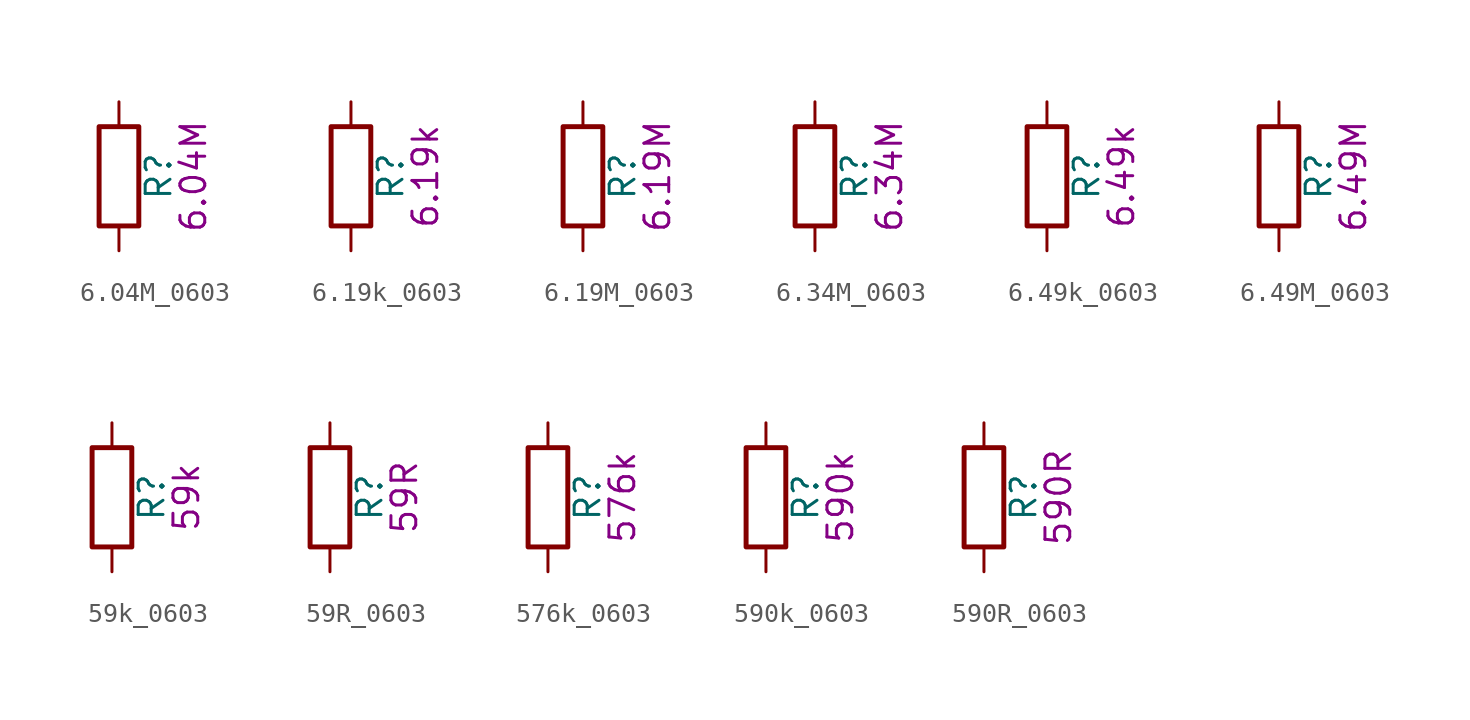
<source format=kicad_sym>
(kicad_symbol_lib
  (version 20211014)
  (generator kicad_symbol_editor)
  (symbol "6.04M_0603"
    (pin_numbers hide)
    (pin_names
      (offset 0))
    (property "Reference" "R"
      (at 2.032 0 90)
      (effects (font (size 1.27 1.27))))
    (property "Display" "6.04M"
      (at 3.81 0 90)
      (effects (font (size 1.27 1.27))))
    (symbol "6.04M_0603_0_1"
      (rectangle (start -1.016 -2.54) (end 1.016 2.54) (stroke (width 0.254) (type default) (color 0 0 0 0)) (fill (type none))))
    (symbol "6.04M_0603_1_1"
      (pin passive line (at 0 3.81 270) (length 1.27) (name "~" (effects (font (size 1.27 1.27)))) (number "1" (effects (font (size 1.27 1.27)))))
      (pin passive line (at 0 -3.81 90) (length 1.27) (name "~" (effects (font (size 1.27 1.27)))) (number "2" (effects (font (size 1.27 1.27)))))))
  (symbol "6.19k_0603"
    (pin_numbers hide)
    (pin_names
      (offset 0))
    (property "Reference" "R"
      (at 2.032 0 90)
      (effects (font (size 1.27 1.27))))
    (property "Display" "6.19k"
      (at 3.81 0 90)
      (effects (font (size 1.27 1.27))))
    (symbol "6.19k_0603_0_1"
      (rectangle (start -1.016 -2.54) (end 1.016 2.54) (stroke (width 0.254) (type default) (color 0 0 0 0)) (fill (type none))))
    (symbol "6.19k_0603_1_1"
      (pin passive line (at 0 3.81 270) (length 1.27) (name "~" (effects (font (size 1.27 1.27)))) (number "1" (effects (font (size 1.27 1.27)))))
      (pin passive line (at 0 -3.81 90) (length 1.27) (name "~" (effects (font (size 1.27 1.27)))) (number "2" (effects (font (size 1.27 1.27)))))))
  (symbol "6.19M_0603"
    (pin_numbers hide)
    (pin_names
      (offset 0))
    (property "Reference" "R"
      (at 2.032 0 90)
      (effects (font (size 1.27 1.27))))
    (property "Display" "6.19M"
      (at 3.81 0 90)
      (effects (font (size 1.27 1.27))))
    (symbol "6.19M_0603_0_1"
      (rectangle (start -1.016 -2.54) (end 1.016 2.54) (stroke (width 0.254) (type default) (color 0 0 0 0)) (fill (type none))))
    (symbol "6.19M_0603_1_1"
      (pin passive line (at 0 3.81 270) (length 1.27) (name "~" (effects (font (size 1.27 1.27)))) (number "1" (effects (font (size 1.27 1.27)))))
      (pin passive line (at 0 -3.81 90) (length 1.27) (name "~" (effects (font (size 1.27 1.27)))) (number "2" (effects (font (size 1.27 1.27)))))))
  (symbol "6.34M_0603"
    (pin_numbers hide)
    (pin_names
      (offset 0))
    (property "Reference" "R"
      (at 2.032 0 90)
      (effects (font (size 1.27 1.27))))
    (property "Display" "6.34M"
      (at 3.81 0 90)
      (effects (font (size 1.27 1.27))))
    (symbol "6.34M_0603_0_1"
      (rectangle (start -1.016 -2.54) (end 1.016 2.54) (stroke (width 0.254) (type default) (color 0 0 0 0)) (fill (type none))))
    (symbol "6.34M_0603_1_1"
      (pin passive line (at 0 3.81 270) (length 1.27) (name "~" (effects (font (size 1.27 1.27)))) (number "1" (effects (font (size 1.27 1.27)))))
      (pin passive line (at 0 -3.81 90) (length 1.27) (name "~" (effects (font (size 1.27 1.27)))) (number "2" (effects (font (size 1.27 1.27)))))))
  (symbol "6.49k_0603"
    (pin_numbers hide)
    (pin_names
      (offset 0))
    (property "Reference" "R"
      (at 2.032 0 90)
      (effects (font (size 1.27 1.27))))
    (property "Display" "6.49k"
      (at 3.81 0 90)
      (effects (font (size 1.27 1.27))))
    (symbol "6.49k_0603_0_1"
      (rectangle (start -1.016 -2.54) (end 1.016 2.54) (stroke (width 0.254) (type default) (color 0 0 0 0)) (fill (type none))))
    (symbol "6.49k_0603_1_1"
      (pin passive line (at 0 3.81 270) (length 1.27) (name "~" (effects (font (size 1.27 1.27)))) (number "1" (effects (font (size 1.27 1.27)))))
      (pin passive line (at 0 -3.81 90) (length 1.27) (name "~" (effects (font (size 1.27 1.27)))) (number "2" (effects (font (size 1.27 1.27)))))))
  (symbol "6.49M_0603"
    (pin_numbers hide)
    (pin_names
      (offset 0))
    (property "Reference" "R"
      (at 2.032 0 90)
      (effects (font (size 1.27 1.27))))
    (property "Display" "6.49M"
      (at 3.81 0 90)
      (effects (font (size 1.27 1.27))))
    (symbol "6.49M_0603_0_1"
      (rectangle (start -1.016 -2.54) (end 1.016 2.54) (stroke (width 0.254) (type default) (color 0 0 0 0)) (fill (type none))))
    (symbol "6.49M_0603_1_1"
      (pin passive line (at 0 3.81 270) (length 1.27) (name "~" (effects (font (size 1.27 1.27)))) (number "1" (effects (font (size 1.27 1.27)))))
      (pin passive line (at 0 -3.81 90) (length 1.27) (name "~" (effects (font (size 1.27 1.27)))) (number "2" (effects (font (size 1.27 1.27)))))))
  (symbol "59k_0603"
    (pin_numbers hide)
    (pin_names
      (offset 0))
    (property "Reference" "R"
      (at 2.032 0 90)
      (effects (font (size 1.27 1.27))))
    (property "Display" "59k"
      (at 3.81 0 90)
      (effects (font (size 1.27 1.27))))
    (symbol "59k_0603_0_1"
      (rectangle (start -1.016 -2.54) (end 1.016 2.54) (stroke (width 0.254) (type default) (color 0 0 0 0)) (fill (type none))))
    (symbol "59k_0603_1_1"
      (pin passive line (at 0 3.81 270) (length 1.27) (name "~" (effects (font (size 1.27 1.27)))) (number "1" (effects (font (size 1.27 1.27)))))
      (pin passive line (at 0 -3.81 90) (length 1.27) (name "~" (effects (font (size 1.27 1.27)))) (number "2" (effects (font (size 1.27 1.27)))))))
  (symbol "59R_0603"
    (pin_numbers hide)
    (pin_names
      (offset 0))
    (property "Reference" "R"
      (at 2.032 0 90)
      (effects (font (size 1.27 1.27))))
    (property "Display" "59R"
      (at 3.81 0 90)
      (effects (font (size 1.27 1.27))))
    (symbol "59R_0603_0_1"
      (rectangle (start -1.016 -2.54) (end 1.016 2.54) (stroke (width 0.254) (type default) (color 0 0 0 0)) (fill (type none))))
    (symbol "59R_0603_1_1"
      (pin passive line (at 0 3.81 270) (length 1.27) (name "~" (effects (font (size 1.27 1.27)))) (number "1" (effects (font (size 1.27 1.27)))))
      (pin passive line (at 0 -3.81 90) (length 1.27) (name "~" (effects (font (size 1.27 1.27)))) (number "2" (effects (font (size 1.27 1.27)))))))
  (symbol "576k_0603"
    (pin_numbers hide)
    (pin_names
      (offset 0))
    (property "Reference" "R"
      (at 2.032 0 90)
      (effects (font (size 1.27 1.27))))
    (property "Display" "576k"
      (at 3.81 0 90)
      (effects (font (size 1.27 1.27))))
    (symbol "576k_0603_0_1"
      (rectangle (start -1.016 -2.54) (end 1.016 2.54) (stroke (width 0.254) (type default) (color 0 0 0 0)) (fill (type none))))
    (symbol "576k_0603_1_1"
      (pin passive line (at 0 3.81 270) (length 1.27) (name "~" (effects (font (size 1.27 1.27)))) (number "1" (effects (font (size 1.27 1.27)))))
      (pin passive line (at 0 -3.81 90) (length 1.27) (name "~" (effects (font (size 1.27 1.27)))) (number "2" (effects (font (size 1.27 1.27)))))))
  (symbol "590k_0603"
    (pin_numbers hide)
    (pin_names
      (offset 0))
    (property "Reference" "R"
      (at 2.032 0 90)
      (effects (font (size 1.27 1.27))))
    (property "Display" "590k"
      (at 3.81 0 90)
      (effects (font (size 1.27 1.27))))
    (symbol "590k_0603_0_1"
      (rectangle (start -1.016 -2.54) (end 1.016 2.54) (stroke (width 0.254) (type default) (color 0 0 0 0)) (fill (type none))))
    (symbol "590k_0603_1_1"
      (pin passive line (at 0 3.81 270) (length 1.27) (name "~" (effects (font (size 1.27 1.27)))) (number "1" (effects (font (size 1.27 1.27)))))
      (pin passive line (at 0 -3.81 90) (length 1.27) (name "~" (effects (font (size 1.27 1.27)))) (number "2" (effects (font (size 1.27 1.27)))))))
  (symbol "590R_0603"
    (pin_numbers hide)
    (pin_names
      (offset 0))
    (property "Reference" "R"
      (at 2.032 0 90)
      (effects (font (size 1.27 1.27))))
    (property "Display" "590R"
      (at 3.81 0 90)
      (effects (font (size 1.27 1.27))))
    (symbol "590R_0603_0_1"
      (rectangle (start -1.016 -2.54) (end 1.016 2.54) (stroke (width 0.254) (type default) (color 0 0 0 0)) (fill (type none))))
    (symbol "590R_0603_1_1"
      (pin passive line (at 0 3.81 270) (length 1.27) (name "~" (effects (font (size 1.27 1.27)))) (number "1" (effects (font (size 1.27 1.27)))))
      (pin passive line (at 0 -3.81 90) (length 1.27) (name "~" (effects (font (size 1.27 1.27)))) (number "2" (effects (font (size 1.27 1.27))))))))
</source>
